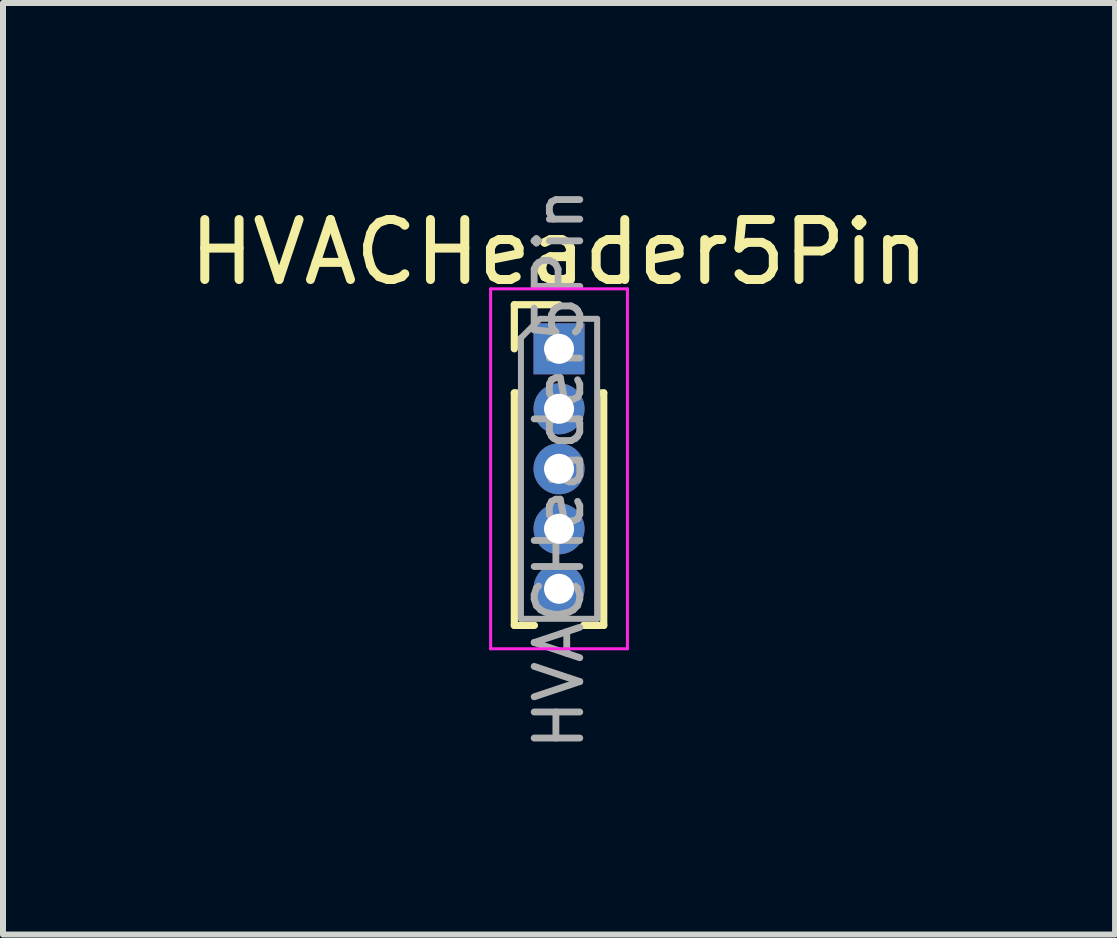
<source format=kicad_pcb>
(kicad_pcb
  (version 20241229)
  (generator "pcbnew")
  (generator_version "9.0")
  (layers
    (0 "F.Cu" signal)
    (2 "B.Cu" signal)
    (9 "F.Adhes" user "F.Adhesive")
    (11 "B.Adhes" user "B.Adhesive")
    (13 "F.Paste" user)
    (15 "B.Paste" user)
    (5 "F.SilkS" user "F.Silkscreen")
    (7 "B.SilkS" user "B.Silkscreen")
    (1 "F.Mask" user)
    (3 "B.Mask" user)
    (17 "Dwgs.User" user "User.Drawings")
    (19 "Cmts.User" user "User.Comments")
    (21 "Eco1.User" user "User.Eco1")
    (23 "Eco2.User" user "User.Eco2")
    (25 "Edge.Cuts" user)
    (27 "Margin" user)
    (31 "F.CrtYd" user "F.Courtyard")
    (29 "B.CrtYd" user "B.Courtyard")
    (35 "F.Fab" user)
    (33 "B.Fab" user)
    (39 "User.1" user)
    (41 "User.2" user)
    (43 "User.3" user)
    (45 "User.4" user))
  (footprint "HVACHeader5Pin"
    (layer "F.Cu")
    (at 6.268 2.764)
    (property "Reference" "HVACHeader5Pin" (at 0 -1.61 0) (layer "F.SilkS") (effects (font (size 1 1) (thickness 0.15))))
    (attr through_hole)
    (fp_line (start -0.745 -0.735) (end 0 -0.735) (stroke (width 0.12) (type solid)) (layer "F.SilkS"))
    (fp_line (start -0.745 0) (end -0.745 -0.735) (stroke (width 0.12) (type solid)) (layer "F.SilkS"))
    (fp_line (start -0.745 0.735) (end -0.745 4.61) (stroke (width 0.12) (type solid)) (layer "F.SilkS"))
    (fp_line (start -0.745 0.735) (end -0.686 0.735) (stroke (width 0.12) (type solid)) (layer "F.SilkS"))
    (fp_line (start -0.745 4.61) (end -0.41 4.61) (stroke (width 0.12) (type solid)) (layer "F.SilkS"))
    (fp_line (start 0.41 4.61) (end 0.745 4.61) (stroke (width 0.12) (type solid)) (layer "F.SilkS"))
    (fp_line (start 0.686 0.735) (end 0.745 0.735) (stroke (width 0.12) (type solid)) (layer "F.SilkS"))
    (fp_line (start 0.745 0.735) (end 0.745 4.61) (stroke (width 0.12) (type solid)) (layer "F.SilkS"))
    (fp_line (start -1.14 -1) (end -1.14 5) (stroke (width 0.05) (type solid)) (layer "F.CrtYd"))
    (fp_line (start -1.14 5) (end 1.14 5) (stroke (width 0.05) (type solid)) (layer "F.CrtYd"))
    (fp_line (start 1.14 -1) (end -1.14 -1) (stroke (width 0.05) (type solid)) (layer "F.CrtYd"))
    (fp_line (start 1.14 5) (end 1.14 -1) (stroke (width 0.05) (type solid)) (layer "F.CrtYd"))
    (fp_line (start -0.635 -0.182) (end -0.318 -0.5) (stroke (width 0.1) (type solid)) (layer "F.Fab"))
    (fp_line (start -0.635 4.5) (end -0.635 -0.182) (stroke (width 0.1) (type solid)) (layer "F.Fab"))
    (fp_line (start -0.318 -0.5) (end 0.635 -0.5) (stroke (width 0.1) (type solid)) (layer "F.Fab"))
    (fp_line (start 0.635 -0.5) (end 0.635 4.5) (stroke (width 0.1) (type solid)) (layer "F.Fab"))
    (fp_line (start 0.635 4.5) (end -0.635 4.5) (stroke (width 0.1) (type solid)) (layer "F.Fab"))
    (fp_text user "${REFERENCE}" (at 0 2 90) (layer "F.Fab") (effects (font (size 0.76 0.76) (thickness 0.114))))
    (pad "1" thru_hole rect (at 0 0) (size 0.85 0.85) (drill 0.5) (layers "*.Cu" "*.Mask"))
    (pad "2" thru_hole circle (at 0 1) (size 0.85 0.85) (drill 0.5) (layers "*.Cu" "*.Mask"))
    (pad "3" thru_hole circle (at 0 2) (size 0.85 0.85) (drill 0.5) (layers "*.Cu" "*.Mask"))
    (pad "4" thru_hole circle (at 0 3) (size 0.85 0.85) (drill 0.5) (layers "*.Cu" "*.Mask"))
    (pad "5" thru_hole circle (at 0 4) (size 0.85 0.85) (drill 0.5) (layers "*.Cu" "*.Mask")))
  (gr_rect
    (start -3 -3)
    (end 15.536 12.527)
    (stroke (width 0.1) (type default))
    (fill no)
    (layer "Edge.Cuts")))
</source>
